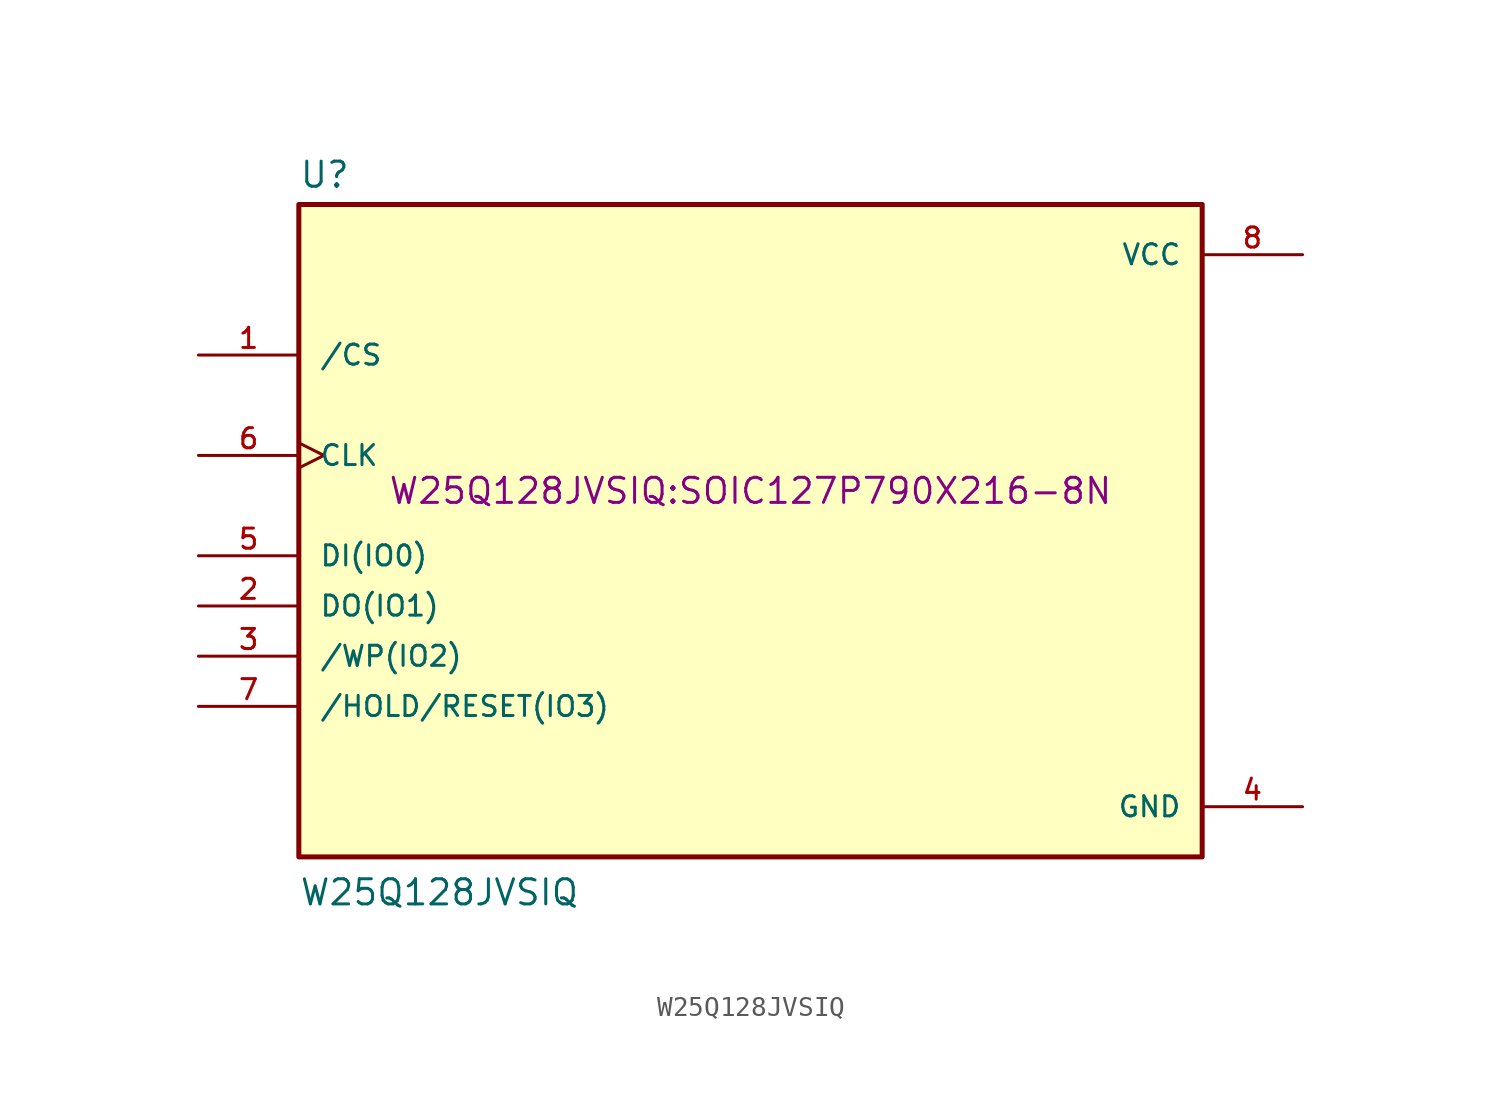
<source format=kicad_sym>
(kicad_symbol_lib
  (version 20231120)
  (generator "kicad_symbol_editor")
  (generator_version "8.0")
  (symbol "W25Q128JVSIQ"
    (pin_names
      (offset 1.016))
    (property "Reference" "U"
      (at -22.86 16.002 0)
      (effects (font (size 1.27 1.27)) (justify left bottom)))
    (property "Value" "W25Q128JVSIQ"
      (at -22.86 -20.32 0)
      (effects (font (size 1.27 1.27)) (justify left bottom)))
    (property "Footprint" "W25Q128JVSIQ:SOIC127P790X216-8N"
      (at 0 0 0)
      (effects (font (size 1.27 1.27)) (justify bottom)))
    (symbol "W25Q128JVSIQ_0_0"
      (rectangle (start -22.86 -17.78) (end 22.86 15.24) (stroke (width 0.254) (type default)) (fill (type background)))
      (pin input line (at -27.94 7.62 0) (length 5.08) (name "/CS" (effects (font (size 1.016 1.016)))) (number "1" (effects (font (size 1.016 1.016)))))
      (pin bidirectional line (at -27.94 -5.08 0) (length 5.08) (name "DO(IO1)" (effects (font (size 1.016 1.016)))) (number "2" (effects (font (size 1.016 1.016)))))
      (pin bidirectional line (at -27.94 -7.62 0) (length 5.08) (name "/WP(IO2)" (effects (font (size 1.016 1.016)))) (number "3" (effects (font (size 1.016 1.016)))))
      (pin power_in line (at 27.94 -15.24 180) (length 5.08) (name "GND" (effects (font (size 1.016 1.016)))) (number "4" (effects (font (size 1.016 1.016)))))
      (pin bidirectional line (at -27.94 -2.54 0) (length 5.08) (name "DI(IO0)" (effects (font (size 1.016 1.016)))) (number "5" (effects (font (size 1.016 1.016)))))
      (pin input clock (at -27.94 2.54 0) (length 5.08) (name "CLK" (effects (font (size 1.016 1.016)))) (number "6" (effects (font (size 1.016 1.016)))))
      (pin bidirectional line (at -27.94 -10.16 0) (length 5.08) (name "/HOLD/RESET(IO3)" (effects (font (size 1.016 1.016)))) (number "7" (effects (font (size 1.016 1.016)))))
      (pin power_in line (at 27.94 12.7 180) (length 5.08) (name "VCC" (effects (font (size 1.016 1.016)))) (number "8" (effects (font (size 1.016 1.016))))))))
</source>
